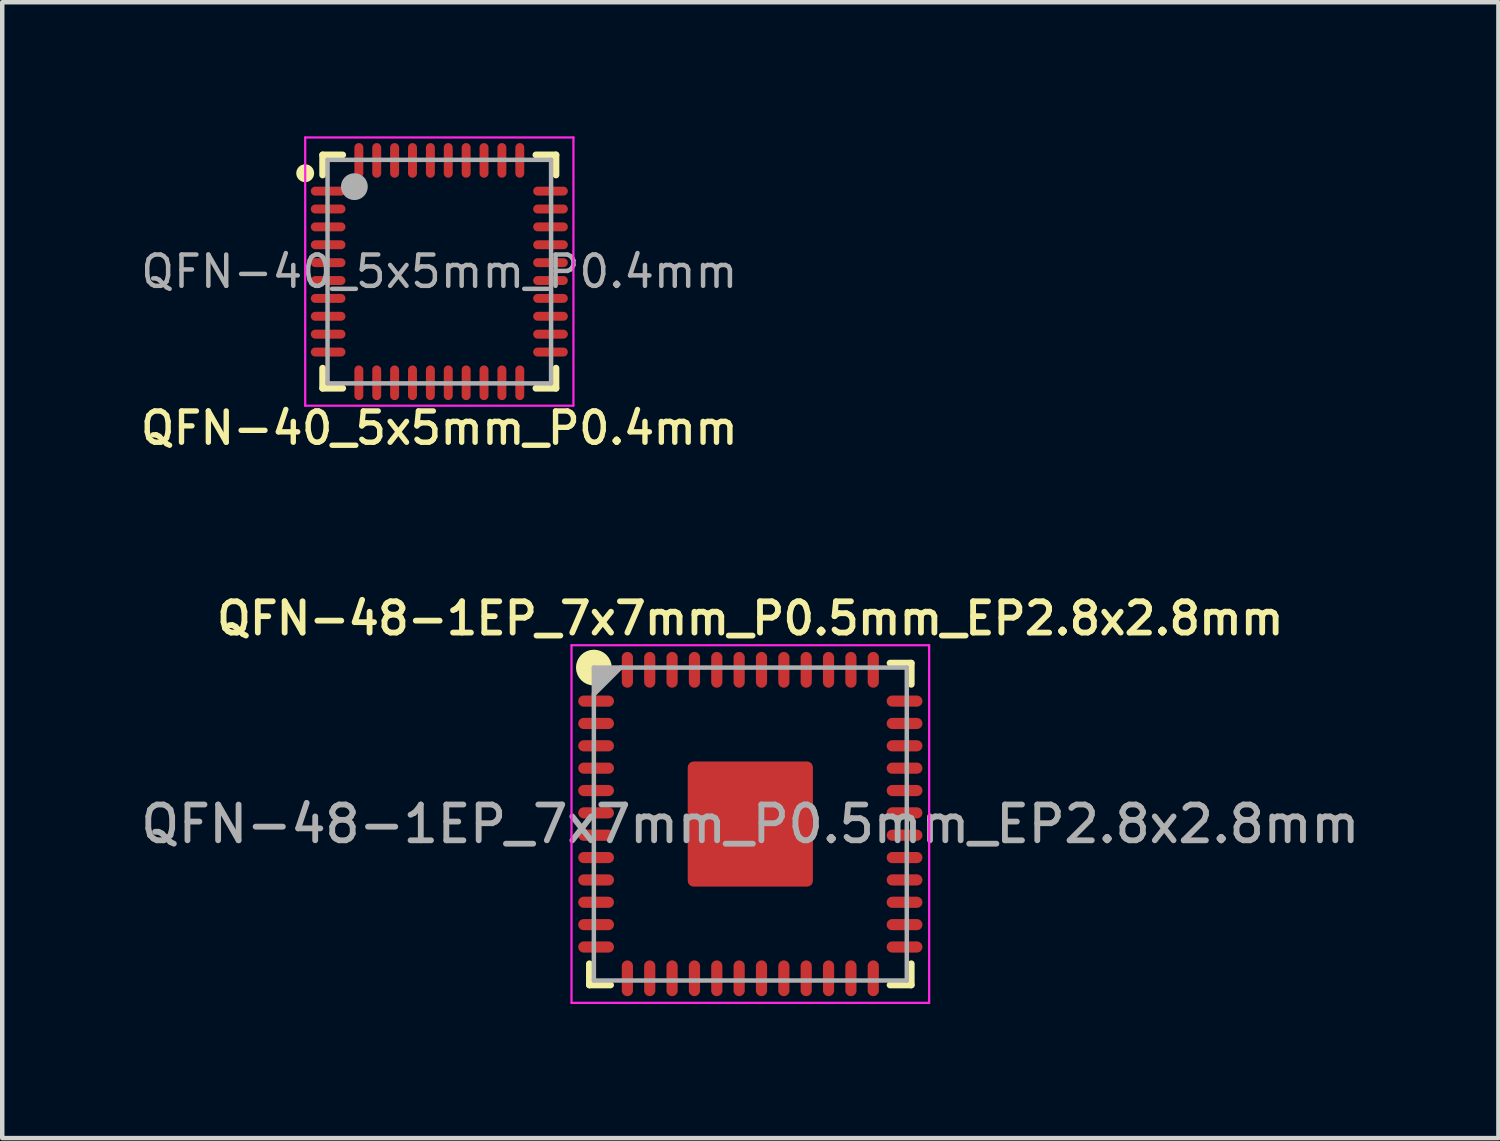
<source format=kicad_pcb>
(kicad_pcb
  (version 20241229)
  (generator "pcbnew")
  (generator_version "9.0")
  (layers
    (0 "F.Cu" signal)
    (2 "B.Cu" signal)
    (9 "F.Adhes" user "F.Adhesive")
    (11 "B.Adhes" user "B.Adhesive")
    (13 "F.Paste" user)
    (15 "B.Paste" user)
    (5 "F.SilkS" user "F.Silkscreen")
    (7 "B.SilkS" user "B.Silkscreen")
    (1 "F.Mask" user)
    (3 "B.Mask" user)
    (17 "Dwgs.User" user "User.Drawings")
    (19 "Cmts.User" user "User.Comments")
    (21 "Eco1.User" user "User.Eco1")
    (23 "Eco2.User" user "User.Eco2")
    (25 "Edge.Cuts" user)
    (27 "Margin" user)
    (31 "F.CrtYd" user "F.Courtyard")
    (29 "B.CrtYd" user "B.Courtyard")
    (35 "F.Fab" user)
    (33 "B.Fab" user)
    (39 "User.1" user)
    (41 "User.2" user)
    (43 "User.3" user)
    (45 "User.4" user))
  (footprint "QFN-48-1EP_7x7mm_P0.5mm_EP2.8x2.8mm"
    (layer "F.Cu")
    (at 13.734 15.383)
    (property "Reference" "QFN-48-1EP_7x7mm_P0.5mm_EP2.8x2.8mm" (at 0 -4.6 0) (layer "F.SilkS") (effects (font (size 0.7 0.7) (thickness 0.13))))
    (property "Value" "${VALUE}" (at 0 3.1 0) (layer "F.Fab") (hide yes) (effects (font (size 0.4 0.4) (thickness 0.07))))
    (attr smd)
    (fp_line (start -3.6 3.125) (end -3.6 3.6) (stroke (width 0.15) (type solid)) (layer "F.SilkS"))
    (fp_line (start -3.125 3.6) (end -3.6 3.6) (stroke (width 0.15) (type solid)) (layer "F.SilkS"))
    (fp_line (start 3.125 -3.6) (end 3.6 -3.6) (stroke (width 0.15) (type solid)) (layer "F.SilkS"))
    (fp_line (start 3.125 3.6) (end 3.6 3.6) (stroke (width 0.15) (type solid)) (layer "F.SilkS"))
    (fp_line (start 3.6 -3.125) (end 3.6 -3.6) (stroke (width 0.15) (type solid)) (layer "F.SilkS"))
    (fp_line (start 3.6 3.125) (end 3.6 3.6) (stroke (width 0.15) (type solid)) (layer "F.SilkS"))
    (fp_circle (center -3.5 -3.5) (end -3.3 -3.5) (stroke (width 0.4) (type solid)) (fill no) (layer "F.SilkS"))
    (fp_line (start -4 -4) (end -4 4) (stroke (width 0.05) (type solid)) (layer "F.CrtYd"))
    (fp_line (start -4 4) (end 4 4) (stroke (width 0.05) (type solid)) (layer "F.CrtYd"))
    (fp_line (start 4 -4) (end -4 -4) (stroke (width 0.05) (type solid)) (layer "F.CrtYd"))
    (fp_line (start 4 4) (end 4 -4) (stroke (width 0.05) (type solid)) (layer "F.CrtYd"))
    (fp_line (start -3.5 -3.5) (end 3.5 -3.5) (stroke (width 0.1) (type solid)) (layer "F.Fab"))
    (fp_line (start -3.5 -2.9) (end -2.9 -3.5) (stroke (width 0.1) (type solid)) (layer "F.Fab"))
    (fp_line (start -3.5 3.5) (end -3.5 -3.5) (stroke (width 0.1) (type solid)) (layer "F.Fab"))
    (fp_line (start 3.5 -3.5) (end 3.5 3.5) (stroke (width 0.1) (type solid)) (layer "F.Fab"))
    (fp_line (start 3.5 3.5) (end -3.5 3.5) (stroke (width 0.1) (type solid)) (layer "F.Fab"))
    (fp_poly (pts (xy -3.4 -3.1) (xy -3.1 -3.4) (xy -3.4 -3.4)) (stroke (width 0.2) (type solid)) (fill no) (layer "F.Fab"))
    (fp_text user "${REFERENCE}" (at 0 0 0) (layer "F.Fab") (effects (font (size 0.8 0.8) (thickness 0.13))))
    (pad "" smd roundrect (at -0.66 -0.66) (size 1.07 1.07) (layers "F.Paste") (roundrect_rratio 0.234))
    (pad "" smd roundrect (at -0.66 0.66) (size 1.07 1.07) (layers "F.Paste") (roundrect_rratio 0.234))
    (pad "" smd roundrect (at 0.66 -0.66) (size 1.07 1.07) (layers "F.Paste") (roundrect_rratio 0.234))
    (pad "" smd roundrect (at 0.66 0.66) (size 1.07 1.07) (layers "F.Paste") (roundrect_rratio 0.234))
    (pad "1" smd oval (at -3.45 -2.75 90) (size 0.25 0.8) (layers "F.Cu" "F.Mask" "F.Paste"))
    (pad "2" smd oval (at -3.45 -2.25 90) (size 0.25 0.8) (layers "F.Cu" "F.Mask" "F.Paste"))
    (pad "3" smd oval (at -3.45 -1.75 90) (size 0.25 0.8) (layers "F.Cu" "F.Mask" "F.Paste"))
    (pad "4" smd oval (at -3.45 -1.25 90) (size 0.25 0.8) (layers "F.Cu" "F.Mask" "F.Paste"))
    (pad "5" smd oval (at -3.45 -0.75 90) (size 0.25 0.8) (layers "F.Cu" "F.Mask" "F.Paste"))
    (pad "6" smd oval (at -3.45 -0.25 90) (size 0.25 0.8) (layers "F.Cu" "F.Mask" "F.Paste"))
    (pad "7" smd oval (at -3.45 0.25 90) (size 0.25 0.8) (layers "F.Cu" "F.Mask" "F.Paste"))
    (pad "8" smd oval (at -3.45 0.75 90) (size 0.25 0.8) (layers "F.Cu" "F.Mask" "F.Paste"))
    (pad "9" smd oval (at -3.45 1.25 90) (size 0.25 0.8) (layers "F.Cu" "F.Mask" "F.Paste"))
    (pad "10" smd oval (at -3.45 1.75 90) (size 0.25 0.8) (layers "F.Cu" "F.Mask" "F.Paste"))
    (pad "11" smd oval (at -3.45 2.25 90) (size 0.25 0.8) (layers "F.Cu" "F.Mask" "F.Paste"))
    (pad "12" smd oval (at -3.45 2.75 90) (size 0.25 0.8) (layers "F.Cu" "F.Mask" "F.Paste"))
    (pad "13" smd oval (at -2.75 3.45) (size 0.25 0.8) (layers "F.Cu" "F.Mask" "F.Paste"))
    (pad "14" smd oval (at -2.25 3.45) (size 0.25 0.8) (layers "F.Cu" "F.Mask" "F.Paste"))
    (pad "15" smd oval (at -1.75 3.45) (size 0.25 0.8) (layers "F.Cu" "F.Mask" "F.Paste"))
    (pad "16" smd oval (at -1.25 3.45) (size 0.25 0.8) (layers "F.Cu" "F.Mask" "F.Paste"))
    (pad "17" smd oval (at -0.75 3.45) (size 0.25 0.8) (layers "F.Cu" "F.Mask" "F.Paste"))
    (pad "18" smd oval (at -0.25 3.45) (size 0.25 0.8) (layers "F.Cu" "F.Mask" "F.Paste"))
    (pad "19" smd oval (at 0.25 3.45) (size 0.25 0.8) (layers "F.Cu" "F.Mask" "F.Paste"))
    (pad "20" smd oval (at 0.75 3.45) (size 0.25 0.8) (layers "F.Cu" "F.Mask" "F.Paste"))
    (pad "21" smd oval (at 1.25 3.45) (size 0.25 0.8) (layers "F.Cu" "F.Mask" "F.Paste"))
    (pad "22" smd oval (at 1.75 3.45) (size 0.25 0.8) (layers "F.Cu" "F.Mask" "F.Paste"))
    (pad "23" smd oval (at 2.25 3.45) (size 0.25 0.8) (layers "F.Cu" "F.Mask" "F.Paste"))
    (pad "24" smd oval (at 2.75 3.45) (size 0.25 0.8) (layers "F.Cu" "F.Mask" "F.Paste"))
    (pad "25" smd oval (at 3.45 2.75 90) (size 0.25 0.8) (layers "F.Cu" "F.Mask" "F.Paste"))
    (pad "26" smd oval (at 3.45 2.25 90) (size 0.25 0.8) (layers "F.Cu" "F.Mask" "F.Paste"))
    (pad "27" smd oval (at 3.45 1.75 90) (size 0.25 0.8) (layers "F.Cu" "F.Mask" "F.Paste"))
    (pad "28" smd oval (at 3.45 1.25 90) (size 0.25 0.8) (layers "F.Cu" "F.Mask" "F.Paste"))
    (pad "29" smd oval (at 3.45 0.75 90) (size 0.25 0.8) (layers "F.Cu" "F.Mask" "F.Paste"))
    (pad "30" smd oval (at 3.45 0.25 90) (size 0.25 0.8) (layers "F.Cu" "F.Mask" "F.Paste"))
    (pad "31" smd oval (at 3.45 -0.25 90) (size 0.25 0.8) (layers "F.Cu" "F.Mask" "F.Paste"))
    (pad "32" smd oval (at 3.45 -0.75 90) (size 0.25 0.8) (layers "F.Cu" "F.Mask" "F.Paste"))
    (pad "33" smd oval (at 3.45 -1.25 90) (size 0.25 0.8) (layers "F.Cu" "F.Mask" "F.Paste"))
    (pad "34" smd oval (at 3.45 -1.75 90) (size 0.25 0.8) (layers "F.Cu" "F.Mask" "F.Paste"))
    (pad "35" smd oval (at 3.45 -2.25 90) (size 0.25 0.8) (layers "F.Cu" "F.Mask" "F.Paste"))
    (pad "36" smd oval (at 3.45 -2.75 90) (size 0.25 0.8) (layers "F.Cu" "F.Mask" "F.Paste"))
    (pad "37" smd oval (at 2.75 -3.45) (size 0.25 0.8) (layers "F.Cu" "F.Mask" "F.Paste"))
    (pad "38" smd oval (at 2.25 -3.45) (size 0.25 0.8) (layers "F.Cu" "F.Mask" "F.Paste"))
    (pad "39" smd oval (at 1.75 -3.45) (size 0.25 0.8) (layers "F.Cu" "F.Mask" "F.Paste"))
    (pad "40" smd oval (at 1.25 -3.45) (size 0.25 0.8) (layers "F.Cu" "F.Mask" "F.Paste"))
    (pad "41" smd oval (at 0.75 -3.45) (size 0.25 0.8) (layers "F.Cu" "F.Mask" "F.Paste"))
    (pad "42" smd oval (at 0.25 -3.45) (size 0.25 0.8) (layers "F.Cu" "F.Mask" "F.Paste"))
    (pad "43" smd oval (at -0.25 -3.45) (size 0.25 0.8) (layers "F.Cu" "F.Mask" "F.Paste"))
    (pad "44" smd oval (at -0.75 -3.45) (size 0.25 0.8) (layers "F.Cu" "F.Mask" "F.Paste"))
    (pad "45" smd oval (at -1.25 -3.45) (size 0.25 0.8) (layers "F.Cu" "F.Mask" "F.Paste"))
    (pad "46" smd oval (at -1.75 -3.45) (size 0.25 0.8) (layers "F.Cu" "F.Mask" "F.Paste"))
    (pad "47" smd oval (at -2.25 -3.45) (size 0.25 0.8) (layers "F.Cu" "F.Mask" "F.Paste"))
    (pad "48" smd oval (at -2.75 -3.45) (size 0.25 0.8) (layers "F.Cu" "F.Mask" "F.Paste"))
    (pad "49" smd roundrect (at 0 0) (size 2.8 2.8) (layers "F.Cu" "F.Mask") (roundrect_rratio 0.047)))
  (footprint "QFN-40_5x5mm_P0.4mm"
    (layer "F.Cu")
    (at 6.777 3.025)
    (property "Reference" "QFN-40_5x5mm_P0.4mm" (at 0 3.5 0) (layer "F.SilkS") (effects (font (size 0.7 0.7) (thickness 0.12))))
    (property "Value" "${VALUE}" (at 0 2.2 0) (layer "F.Fab") (hide yes) (effects (font (size 0.3 0.3) (thickness 0.05))))
    (attr smd)
    (fp_line (start -2.61 -2.16) (end -2.61 -2.61) (stroke (width 0.15) (type solid)) (layer "F.SilkS"))
    (fp_line (start -2.61 2.61) (end -2.61 2.16) (stroke (width 0.15) (type solid)) (layer "F.SilkS"))
    (fp_line (start -2.16 -2.61) (end -2.61 -2.61) (stroke (width 0.15) (type solid)) (layer "F.SilkS"))
    (fp_line (start -2.16 2.61) (end -2.61 2.61) (stroke (width 0.15) (type solid)) (layer "F.SilkS"))
    (fp_line (start 2.16 -2.61) (end 2.61 -2.61) (stroke (width 0.15) (type solid)) (layer "F.SilkS"))
    (fp_line (start 2.16 2.61) (end 2.61 2.61) (stroke (width 0.15) (type solid)) (layer "F.SilkS"))
    (fp_line (start 2.61 -2.61) (end 2.61 -2.16) (stroke (width 0.15) (type solid)) (layer "F.SilkS"))
    (fp_line (start 2.61 2.61) (end 2.61 2.16) (stroke (width 0.15) (type solid)) (layer "F.SilkS"))
    (fp_circle (center -3 -2.2) (end -2.9 -2.2) (stroke (width 0.2) (type solid)) (fill no) (layer "F.SilkS"))
    (fp_line (start -3 -3) (end -3 3) (stroke (width 0.05) (type solid)) (layer "F.CrtYd"))
    (fp_line (start -3 3) (end 3 3) (stroke (width 0.05) (type solid)) (layer "F.CrtYd"))
    (fp_line (start 3 -3) (end -3 -3) (stroke (width 0.05) (type solid)) (layer "F.CrtYd"))
    (fp_line (start 3 3) (end 3 -3) (stroke (width 0.05) (type solid)) (layer "F.CrtYd"))
    (fp_line (start -2.5 -2.5) (end 2.5 -2.5) (stroke (width 0.1) (type solid)) (layer "F.Fab"))
    (fp_line (start -2.5 2.5) (end -2.5 -2.5) (stroke (width 0.1) (type solid)) (layer "F.Fab"))
    (fp_line (start 2.5 -2.5) (end 2.5 2.5) (stroke (width 0.1) (type solid)) (layer "F.Fab"))
    (fp_line (start 2.5 2.5) (end -2.5 2.5) (stroke (width 0.1) (type solid)) (layer "F.Fab"))
    (fp_circle (center -1.9 -1.9) (end -1.75 -1.9) (stroke (width 0.3) (type solid)) (fill no) (layer "F.Fab"))
    (fp_text user "${REFERENCE}" (at 0 0 0) (layer "F.Fab") (effects (font (size 0.7 0.7) (thickness 0.1))))
    (pad "1" smd oval (at -2.487 -1.8) (size 0.775 0.2) (layers "F.Cu" "F.Mask" "F.Paste"))
    (pad "2" smd oval (at -2.487 -1.4) (size 0.775 0.2) (layers "F.Cu" "F.Mask" "F.Paste"))
    (pad "3" smd oval (at -2.487 -1) (size 0.775 0.2) (layers "F.Cu" "F.Mask" "F.Paste"))
    (pad "4" smd oval (at -2.487 -0.6) (size 0.775 0.2) (layers "F.Cu" "F.Mask" "F.Paste"))
    (pad "5" smd oval (at -2.487 -0.2) (size 0.775 0.2) (layers "F.Cu" "F.Mask" "F.Paste"))
    (pad "6" smd oval (at -2.487 0.2) (size 0.775 0.2) (layers "F.Cu" "F.Mask" "F.Paste"))
    (pad "7" smd oval (at -2.487 0.6) (size 0.775 0.2) (layers "F.Cu" "F.Mask" "F.Paste"))
    (pad "8" smd oval (at -2.487 1) (size 0.775 0.2) (layers "F.Cu" "F.Mask" "F.Paste"))
    (pad "9" smd oval (at -2.487 1.4) (size 0.775 0.2) (layers "F.Cu" "F.Mask" "F.Paste"))
    (pad "10" smd oval (at -2.487 1.8) (size 0.775 0.2) (layers "F.Cu" "F.Mask" "F.Paste"))
    (pad "11" smd oval (at -1.8 2.487) (size 0.2 0.775) (layers "F.Cu" "F.Mask" "F.Paste"))
    (pad "12" smd oval (at -1.4 2.487) (size 0.2 0.775) (layers "F.Cu" "F.Mask" "F.Paste"))
    (pad "13" smd oval (at -1 2.487) (size 0.2 0.775) (layers "F.Cu" "F.Mask" "F.Paste"))
    (pad "14" smd oval (at -0.6 2.487) (size 0.2 0.775) (layers "F.Cu" "F.Mask" "F.Paste"))
    (pad "15" smd oval (at -0.2 2.487) (size 0.2 0.775) (layers "F.Cu" "F.Mask" "F.Paste"))
    (pad "16" smd oval (at 0.2 2.487) (size 0.2 0.775) (layers "F.Cu" "F.Mask" "F.Paste"))
    (pad "17" smd oval (at 0.6 2.487) (size 0.2 0.775) (layers "F.Cu" "F.Mask" "F.Paste"))
    (pad "18" smd oval (at 1 2.487) (size 0.2 0.775) (layers "F.Cu" "F.Mask" "F.Paste"))
    (pad "19" smd oval (at 1.4 2.487) (size 0.2 0.775) (layers "F.Cu" "F.Mask" "F.Paste"))
    (pad "20" smd oval (at 1.8 2.487) (size 0.2 0.775) (layers "F.Cu" "F.Mask" "F.Paste"))
    (pad "21" smd oval (at 2.487 1.8) (size 0.775 0.2) (layers "F.Cu" "F.Mask" "F.Paste"))
    (pad "22" smd oval (at 2.487 1.4) (size 0.775 0.2) (layers "F.Cu" "F.Mask" "F.Paste"))
    (pad "23" smd oval (at 2.487 1) (size 0.775 0.2) (layers "F.Cu" "F.Mask" "F.Paste"))
    (pad "24" smd oval (at 2.487 0.6) (size 0.775 0.2) (layers "F.Cu" "F.Mask" "F.Paste"))
    (pad "25" smd oval (at 2.487 0.2) (size 0.775 0.2) (layers "F.Cu" "F.Mask" "F.Paste"))
    (pad "26" smd oval (at 2.487 -0.2) (size 0.775 0.2) (layers "F.Cu" "F.Mask" "F.Paste"))
    (pad "27" smd oval (at 2.487 -0.6) (size 0.775 0.2) (layers "F.Cu" "F.Mask" "F.Paste"))
    (pad "28" smd oval (at 2.487 -1) (size 0.775 0.2) (layers "F.Cu" "F.Mask" "F.Paste"))
    (pad "29" smd oval (at 2.487 -1.4) (size 0.775 0.2) (layers "F.Cu" "F.Mask" "F.Paste"))
    (pad "30" smd oval (at 2.487 -1.8) (size 0.775 0.2) (layers "F.Cu" "F.Mask" "F.Paste"))
    (pad "31" smd oval (at 1.8 -2.487) (size 0.2 0.775) (layers "F.Cu" "F.Mask" "F.Paste"))
    (pad "32" smd oval (at 1.4 -2.487) (size 0.2 0.775) (layers "F.Cu" "F.Mask" "F.Paste"))
    (pad "33" smd oval (at 1 -2.487) (size 0.2 0.775) (layers "F.Cu" "F.Mask" "F.Paste"))
    (pad "34" smd oval (at 0.6 -2.487) (size 0.2 0.775) (layers "F.Cu" "F.Mask" "F.Paste"))
    (pad "35" smd oval (at 0.2 -2.487) (size 0.2 0.775) (layers "F.Cu" "F.Mask" "F.Paste"))
    (pad "36" smd oval (at -0.2 -2.487) (size 0.2 0.775) (layers "F.Cu" "F.Mask" "F.Paste"))
    (pad "37" smd oval (at -0.6 -2.487) (size 0.2 0.775) (layers "F.Cu" "F.Mask" "F.Paste"))
    (pad "38" smd oval (at -1 -2.487) (size 0.2 0.775) (layers "F.Cu" "F.Mask" "F.Paste"))
    (pad "39" smd oval (at -1.4 -2.487) (size 0.2 0.775) (layers "F.Cu" "F.Mask" "F.Paste"))
    (pad "40" smd oval (at -1.8 -2.487) (size 0.2 0.775) (layers "F.Cu" "F.Mask" "F.Paste")))
  (gr_rect
    (start -3 -3)
    (end 30.468 22.408)
    (stroke (width 0.1) (type default))
    (fill no)
    (layer "Edge.Cuts")))
</source>
